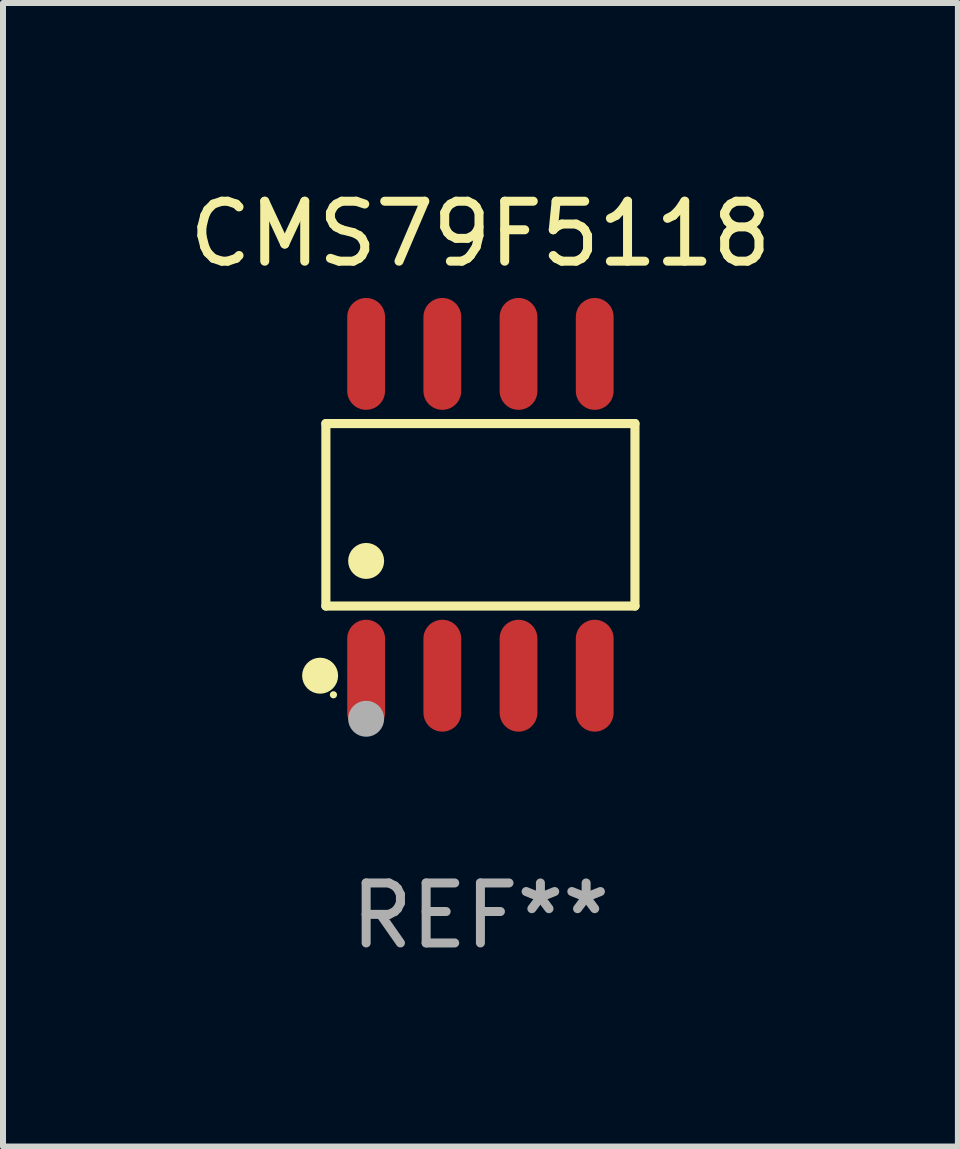
<source format=kicad_pcb>
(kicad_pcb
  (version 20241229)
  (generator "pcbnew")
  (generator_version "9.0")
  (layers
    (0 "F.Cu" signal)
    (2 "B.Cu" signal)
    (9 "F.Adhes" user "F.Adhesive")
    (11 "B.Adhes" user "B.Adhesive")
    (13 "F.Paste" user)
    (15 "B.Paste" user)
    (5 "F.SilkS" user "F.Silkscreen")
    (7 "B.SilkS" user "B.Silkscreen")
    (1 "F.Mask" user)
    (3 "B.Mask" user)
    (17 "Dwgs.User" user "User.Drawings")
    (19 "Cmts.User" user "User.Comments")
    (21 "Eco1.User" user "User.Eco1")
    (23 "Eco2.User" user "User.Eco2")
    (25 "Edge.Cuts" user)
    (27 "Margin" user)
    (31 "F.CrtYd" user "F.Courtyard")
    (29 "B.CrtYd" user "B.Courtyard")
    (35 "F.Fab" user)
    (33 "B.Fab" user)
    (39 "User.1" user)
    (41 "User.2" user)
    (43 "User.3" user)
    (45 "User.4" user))
  (footprint "CMS79F5118"
    (layer "F.Cu")
    (at 4.958 5.531)
    (property "Reference" "CMS79F5118" (at 0 -4.682 0) (layer "F.SilkS") (effects (font (size 1 1) (thickness 0.15))))
    (attr through_hole)
    (fp_line (start -2.576 -1.521) (end 2.576 -1.521) (stroke (width 0.152) (type solid)) (layer "F.SilkS"))
    (fp_line (start -2.576 1.521) (end -2.576 -1.521) (stroke (width 0.152) (type solid)) (layer "F.SilkS"))
    (fp_line (start 2.576 -1.521) (end 2.576 1.521) (stroke (width 0.152) (type solid)) (layer "F.SilkS"))
    (fp_line (start 2.576 1.521) (end -2.576 1.521) (stroke (width 0.152) (type solid)) (layer "F.SilkS"))
    (fp_circle (center -2.672 2.682) (end -2.522 2.682) (stroke (width 0.3) (type solid)) (fill no) (layer "F.SilkS"))
    (fp_circle (center -2.45 3) (end -2.42 3) (stroke (width 0.06) (type solid)) (fill no) (layer "F.SilkS"))
    (fp_circle (center -1.905 0.769) (end -1.755 0.769) (stroke (width 0.3) (type solid)) (fill no) (layer "F.SilkS"))
    (fp_circle (center -1.905 3.4) (end -1.755 3.4) (stroke (width 0.3) (type solid)) (fill no) (layer "F.Fab"))
    (fp_text user "REF**" (at 0 6.682 0) (layer "F.Fab") (effects (font (size 1 1) (thickness 0.15))))
    (pad "1" smd oval (at -1.905 2.682) (size 0.63 1.865) (layers "F.Cu" "F.Mask" "F.Paste"))
    (pad "2" smd oval (at -0.635 2.682) (size 0.63 1.865) (layers "F.Cu" "F.Mask" "F.Paste"))
    (pad "3" smd oval (at 0.635 2.682) (size 0.63 1.865) (layers "F.Cu" "F.Mask" "F.Paste"))
    (pad "4" smd oval (at 1.905 2.682) (size 0.63 1.865) (layers "F.Cu" "F.Mask" "F.Paste"))
    (pad "5" smd oval (at 1.905 -2.682) (size 0.63 1.865) (layers "F.Cu" "F.Mask" "F.Paste"))
    (pad "6" smd oval (at 0.635 -2.682) (size 0.63 1.865) (layers "F.Cu" "F.Mask" "F.Paste"))
    (pad "7" smd oval (at -0.635 -2.682) (size 0.63 1.865) (layers "F.Cu" "F.Mask" "F.Paste"))
    (pad "8" smd oval (at -1.905 -2.682) (size 0.63 1.865) (layers "F.Cu" "F.Mask" "F.Paste")))
  (gr_rect
    (start -3 -3)
    (end 12.917 16.061)
    (stroke (width 0.1) (type default))
    (fill no)
    (layer "Edge.Cuts")))
</source>
